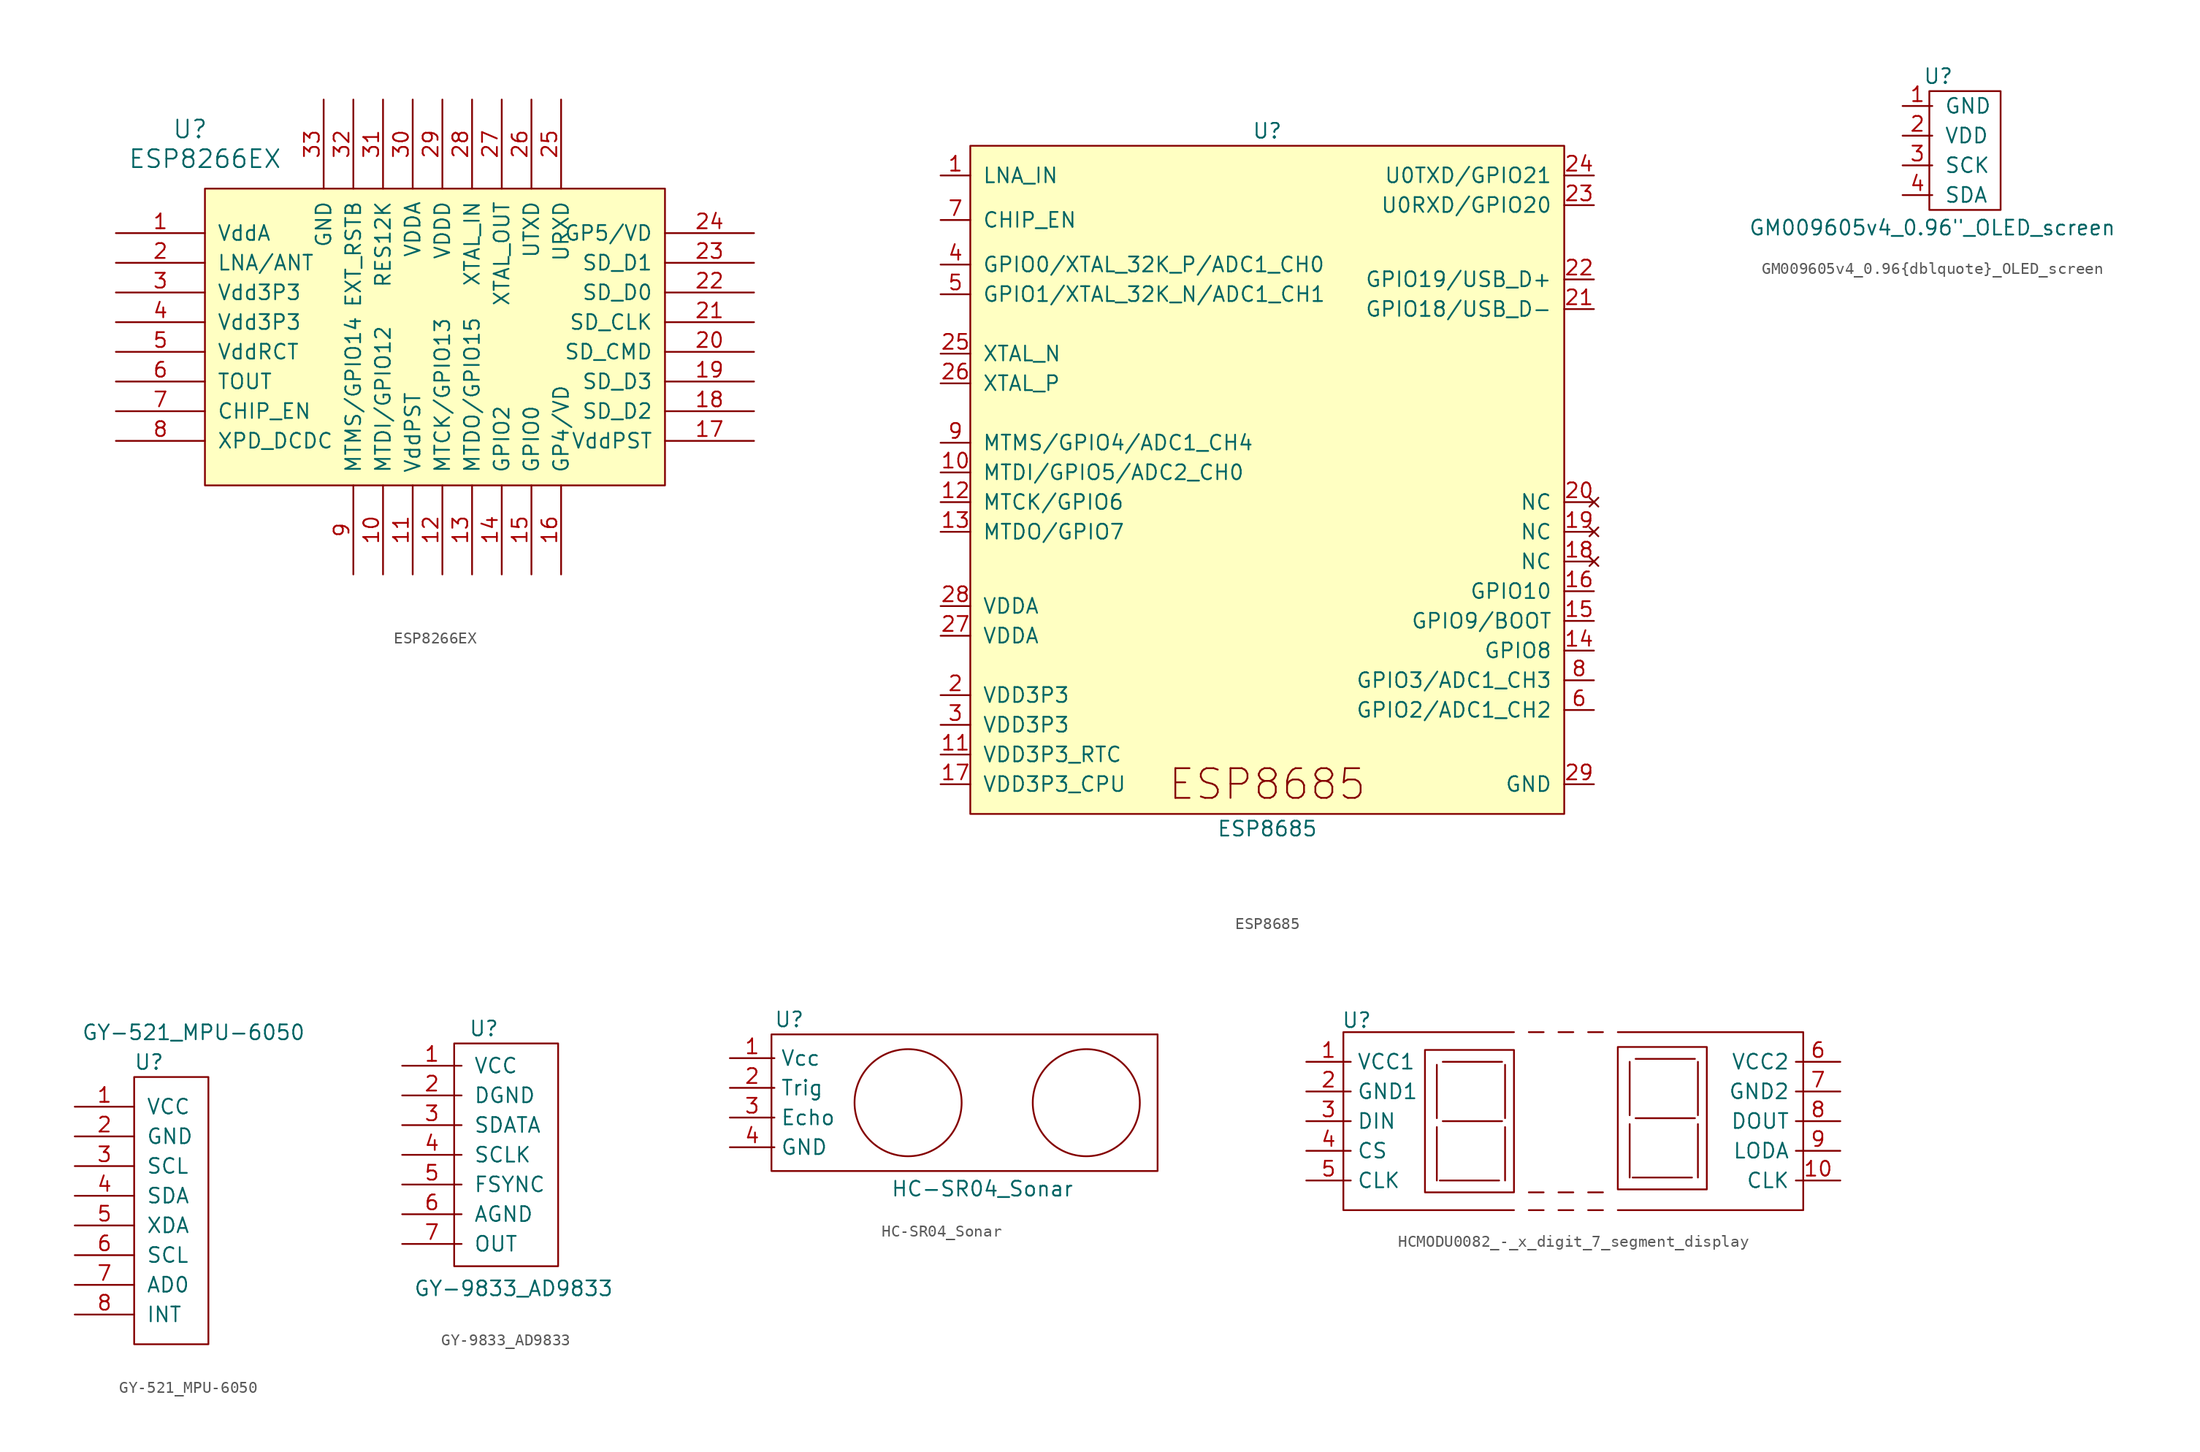
<source format=kicad_sym>
(kicad_symbol_lib
  (version 20231120)
  (generator "kicad_symbol_editor")
  (generator_version "8.0")
  (symbol "ESP8266EX"
    (pin_names
      (offset 1.016))
    (property "Reference" "U"
      (at -22.86 17.78 0)
      (effects (font (size 1.524 1.524))))
    (property "Value" "ESP8266EX"
      (at -21.59 15.24 0)
      (effects (font (size 1.524 1.524))))
    (property "Footprint" ""
      (at -22.86 17.78 0)
      (effects (font (size 1.524 1.524))))
    (property "Datasheet" ""
      (at -22.86 17.78 0)
      (effects (font (size 1.524 1.524))))
    (symbol "ESP8266EX_0_1"
      (rectangle (start -21.59 12.7) (end 17.78 -12.7) (stroke (width 0) (type default)) (fill (type background))))
    (symbol "ESP8266EX_1_1"
      (pin input line (at -29.21 8.89 0) (length 7.62) (name "VddA" (effects (font (size 1.27 1.27)))) (number "1" (effects (font (size 1.27 1.27)))))
      (pin input line (at -6.35 -20.32 90) (length 7.62) (name "MTDI/GPIO12" (effects (font (size 1.27 1.27)))) (number "10" (effects (font (size 1.27 1.27)))))
      (pin input line (at -3.81 -20.32 90) (length 7.62) (name "VddPST" (effects (font (size 1.27 1.27)))) (number "11" (effects (font (size 1.27 1.27)))))
      (pin input line (at -1.27 -20.32 90) (length 7.62) (name "MTCK/GPIO13" (effects (font (size 1.27 1.27)))) (number "12" (effects (font (size 1.27 1.27)))))
      (pin input line (at 1.27 -20.32 90) (length 7.62) (name "MTDO/GPIO15" (effects (font (size 1.27 1.27)))) (number "13" (effects (font (size 1.27 1.27)))))
      (pin input line (at 3.81 -20.32 90) (length 7.62) (name "GPIO2" (effects (font (size 1.27 1.27)))) (number "14" (effects (font (size 1.27 1.27)))))
      (pin input line (at 6.35 -20.32 90) (length 7.62) (name "GPIO0" (effects (font (size 1.27 1.27)))) (number "15" (effects (font (size 1.27 1.27)))))
      (pin input line (at 8.89 -20.32 90) (length 7.62) (name "GP4/VD" (effects (font (size 1.27 1.27)))) (number "16" (effects (font (size 1.27 1.27)))))
      (pin input line (at 25.4 -8.89 180) (length 7.62) (name "VddPST" (effects (font (size 1.27 1.27)))) (number "17" (effects (font (size 1.27 1.27)))))
      (pin input line (at 25.4 -6.35 180) (length 7.62) (name "SD_D2" (effects (font (size 1.27 1.27)))) (number "18" (effects (font (size 1.27 1.27)))))
      (pin input line (at 25.4 -3.81 180) (length 7.62) (name "SD_D3" (effects (font (size 1.27 1.27)))) (number "19" (effects (font (size 1.27 1.27)))))
      (pin input line (at -29.21 6.35 0) (length 7.62) (name "LNA/ANT" (effects (font (size 1.27 1.27)))) (number "2" (effects (font (size 1.27 1.27)))))
      (pin input line (at 25.4 -1.27 180) (length 7.62) (name "SD_CMD" (effects (font (size 1.27 1.27)))) (number "20" (effects (font (size 1.27 1.27)))))
      (pin input line (at 25.4 1.27 180) (length 7.62) (name "SD_CLK" (effects (font (size 1.27 1.27)))) (number "21" (effects (font (size 1.27 1.27)))))
      (pin input line (at 25.4 3.81 180) (length 7.62) (name "SD_D0" (effects (font (size 1.27 1.27)))) (number "22" (effects (font (size 1.27 1.27)))))
      (pin input line (at 25.4 6.35 180) (length 7.62) (name "SD_D1" (effects (font (size 1.27 1.27)))) (number "23" (effects (font (size 1.27 1.27)))))
      (pin input line (at 25.4 8.89 180) (length 7.62) (name "GP5/VD" (effects (font (size 1.27 1.27)))) (number "24" (effects (font (size 1.27 1.27)))))
      (pin input line (at 8.89 20.32 270) (length 7.62) (name "URXD" (effects (font (size 1.27 1.27)))) (number "25" (effects (font (size 1.27 1.27)))))
      (pin input line (at 6.35 20.32 270) (length 7.62) (name "UTXD" (effects (font (size 1.27 1.27)))) (number "26" (effects (font (size 1.27 1.27)))))
      (pin input line (at 3.81 20.32 270) (length 7.62) (name "XTAL_OUT" (effects (font (size 1.27 1.27)))) (number "27" (effects (font (size 1.27 1.27)))))
      (pin input line (at 1.27 20.32 270) (length 7.62) (name "XTAL_IN" (effects (font (size 1.27 1.27)))) (number "28" (effects (font (size 1.27 1.27)))))
      (pin input line (at -1.27 20.32 270) (length 7.62) (name "VDDD" (effects (font (size 1.27 1.27)))) (number "29" (effects (font (size 1.27 1.27)))))
      (pin input line (at -29.21 3.81 0) (length 7.62) (name "Vdd3P3" (effects (font (size 1.27 1.27)))) (number "3" (effects (font (size 1.27 1.27)))))
      (pin input line (at -3.81 20.32 270) (length 7.62) (name "VDDA" (effects (font (size 1.27 1.27)))) (number "30" (effects (font (size 1.27 1.27)))))
      (pin input line (at -6.35 20.32 270) (length 7.62) (name "RES12K" (effects (font (size 1.27 1.27)))) (number "31" (effects (font (size 1.27 1.27)))))
      (pin input line (at -8.89 20.32 270) (length 7.62) (name "EXT_RSTB" (effects (font (size 1.27 1.27)))) (number "32" (effects (font (size 1.27 1.27)))))
      (pin input line (at -11.43 20.32 270) (length 7.62) (name "GND" (effects (font (size 1.27 1.27)))) (number "33" (effects (font (size 1.27 1.27)))))
      (pin input line (at -29.21 1.27 0) (length 7.62) (name "Vdd3P3" (effects (font (size 1.27 1.27)))) (number "4" (effects (font (size 1.27 1.27)))))
      (pin input line (at -29.21 -1.27 0) (length 7.62) (name "VddRCT" (effects (font (size 1.27 1.27)))) (number "5" (effects (font (size 1.27 1.27)))))
      (pin input line (at -29.21 -3.81 0) (length 7.62) (name "TOUT" (effects (font (size 1.27 1.27)))) (number "6" (effects (font (size 1.27 1.27)))))
      (pin input line (at -29.21 -6.35 0) (length 7.62) (name "CHIP_EN" (effects (font (size 1.27 1.27)))) (number "7" (effects (font (size 1.27 1.27)))))
      (pin input line (at -29.21 -8.89 0) (length 7.62) (name "XPD_DCDC" (effects (font (size 1.27 1.27)))) (number "8" (effects (font (size 1.27 1.27)))))
      (pin input line (at -8.89 -20.32 90) (length 7.62) (name "MTMS/GPIO14" (effects (font (size 1.27 1.27)))) (number "9" (effects (font (size 1.27 1.27)))))))
  (symbol "ESP8685"
    (pin_names
      (offset 1.016))
    (property "Reference" "U"
      (at 0 31.75 0)
      (effects (font (size 1.27 1.27))))
    (property "Value" "ESP8685"
      (at 0 -27.94 0)
      (effects (font (size 1.27 1.27))))
    (symbol "ESP8685_0_0"
      (text "ESP8685" (at 0 -24.13 0) (effects (font (size 2.54 2.54))))
      (pin bidirectional line (at -27.94 27.94 0) (length 2.54) (name "LNA_IN" (effects (font (size 1.27 1.27)))) (number "1" (effects (font (size 1.27 1.27)))))
      (pin bidirectional line (at -27.94 2.54 0) (length 2.54) (name "MTDI/GPIO5/ADC2_CH0" (effects (font (size 1.27 1.27)))) (number "10" (effects (font (size 1.27 1.27)))))
      (pin power_in line (at -27.94 -21.59 0) (length 2.54) (name "VDD3P3_RTC" (effects (font (size 1.27 1.27)))) (number "11" (effects (font (size 1.27 1.27)))))
      (pin bidirectional line (at -27.94 0 0) (length 2.54) (name "MTCK/GPIO6" (effects (font (size 1.27 1.27)))) (number "12" (effects (font (size 1.27 1.27)))))
      (pin bidirectional line (at -27.94 -2.54 0) (length 2.54) (name "MTDO/GPIO7" (effects (font (size 1.27 1.27)))) (number "13" (effects (font (size 1.27 1.27)))))
      (pin bidirectional line (at 27.94 -12.7 180) (length 2.54) (name "GPIO8" (effects (font (size 1.27 1.27)))) (number "14" (effects (font (size 1.27 1.27)))))
      (pin bidirectional line (at 27.94 -10.16 180) (length 2.54) (name "GPIO9/BOOT" (effects (font (size 1.27 1.27)))) (number "15" (effects (font (size 1.27 1.27)))))
      (pin bidirectional line (at 27.94 -7.62 180) (length 2.54) (name "GPIO10" (effects (font (size 1.27 1.27)))) (number "16" (effects (font (size 1.27 1.27)))))
      (pin power_in line (at -27.94 -24.13 0) (length 2.54) (name "VDD3P3_CPU" (effects (font (size 1.27 1.27)))) (number "17" (effects (font (size 1.27 1.27)))))
      (pin no_connect line (at 27.94 -5.08 180) (length 2.54) (name "NC" (effects (font (size 1.27 1.27)))) (number "18" (effects (font (size 1.27 1.27)))))
      (pin no_connect line (at 27.94 -2.54 180) (length 2.54) (name "NC" (effects (font (size 1.27 1.27)))) (number "19" (effects (font (size 1.27 1.27)))))
      (pin power_in line (at -27.94 -16.51 0) (length 2.54) (name "VDD3P3" (effects (font (size 1.27 1.27)))) (number "2" (effects (font (size 1.27 1.27)))))
      (pin no_connect line (at 27.94 0 180) (length 2.54) (name "NC" (effects (font (size 1.27 1.27)))) (number "20" (effects (font (size 1.27 1.27)))))
      (pin bidirectional line (at 27.94 16.51 180) (length 2.54) (name "GPIO18/USB_D-" (effects (font (size 1.27 1.27)))) (number "21" (effects (font (size 1.27 1.27)))))
      (pin bidirectional line (at 27.94 19.05 180) (length 2.54) (name "GPIO19/USB_D+" (effects (font (size 1.27 1.27)))) (number "22" (effects (font (size 1.27 1.27)))))
      (pin bidirectional line (at 27.94 25.4 180) (length 2.54) (name "U0RXD/GPIO20" (effects (font (size 1.27 1.27)))) (number "23" (effects (font (size 1.27 1.27)))))
      (pin bidirectional line (at 27.94 27.94 180) (length 2.54) (name "U0TXD/GPIO21" (effects (font (size 1.27 1.27)))) (number "24" (effects (font (size 1.27 1.27)))))
      (pin output line (at -27.94 12.7 0) (length 2.54) (name "XTAL_N" (effects (font (size 1.27 1.27)))) (number "25" (effects (font (size 1.27 1.27)))))
      (pin input line (at -27.94 10.16 0) (length 2.54) (name "XTAL_P" (effects (font (size 1.27 1.27)))) (number "26" (effects (font (size 1.27 1.27)))))
      (pin power_in line (at -27.94 -11.43 0) (length 2.54) (name "VDDA" (effects (font (size 1.27 1.27)))) (number "27" (effects (font (size 1.27 1.27)))))
      (pin power_in line (at -27.94 -8.89 0) (length 2.54) (name "VDDA" (effects (font (size 1.27 1.27)))) (number "28" (effects (font (size 1.27 1.27)))))
      (pin power_in line (at 27.94 -24.13 180) (length 2.54) (name "GND" (effects (font (size 1.27 1.27)))) (number "29" (effects (font (size 1.27 1.27)))))
      (pin power_in line (at -27.94 -19.05 0) (length 2.54) (name "VDD3P3" (effects (font (size 1.27 1.27)))) (number "3" (effects (font (size 1.27 1.27)))))
      (pin output line (at -27.94 20.32 0) (length 2.54) (name "GPIO0/XTAL_32K_P/ADC1_CH0" (effects (font (size 1.27 1.27)))) (number "4" (effects (font (size 1.27 1.27)))))
      (pin input line (at -27.94 17.78 0) (length 2.54) (name "GPIO1/XTAL_32K_N/ADC1_CH1" (effects (font (size 1.27 1.27)))) (number "5" (effects (font (size 1.27 1.27)))))
      (pin bidirectional line (at 27.94 -17.78 180) (length 2.54) (name "GPIO2/ADC1_CH2" (effects (font (size 1.27 1.27)))) (number "6" (effects (font (size 1.27 1.27)))))
      (pin input line (at -27.94 24.13 0) (length 2.54) (name "CHIP_EN" (effects (font (size 1.27 1.27)))) (number "7" (effects (font (size 1.27 1.27)))))
      (pin bidirectional line (at 27.94 -15.24 180) (length 2.54) (name "GPIO3/ADC1_CH3" (effects (font (size 1.27 1.27)))) (number "8" (effects (font (size 1.27 1.27)))))
      (pin bidirectional line (at -27.94 5.08 0) (length 2.54) (name "MTMS/GPIO4/ADC1_CH4" (effects (font (size 1.27 1.27)))) (number "9" (effects (font (size 1.27 1.27))))))
    (symbol "ESP8685_0_1"
      (rectangle (start -25.4 30.48) (end 25.4 -26.67) (stroke (width 0) (type default)) (fill (type background)))))
  (symbol "GM009605v4_0.96{dblquote}_OLED_screen"
    (pin_names
      (offset 1.016))
    (property "Reference" "U"
      (at 3.048 2.54 0)
      (effects (font (size 1.27 1.27))))
    (property "Value" "GM009605v4_0.96{dblquote}_OLED_screen"
      (at 2.54 -10.414 0)
      (effects (font (size 1.27 1.27))))
    (symbol "GM009605v4_0.96{dblquote}_OLED_screen_0_1"
      (polyline (pts (xy 2.286 1.27) (xy 2.286 -8.89) (xy 8.382 -8.89) (xy 8.382 1.27) (xy 2.286 1.27)) (stroke (width 0) (type default)) (fill (type none))))
    (symbol "GM009605v4_0.96{dblquote}_OLED_screen_1_1"
      (pin power_in line (at 0 0 0) (length 2.54) (name "GND" (effects (font (size 1.27 1.27)))) (number "1" (effects (font (size 1.27 1.27)))))
      (pin power_in line (at 0 -2.54 0) (length 2.54) (name "VDD" (effects (font (size 1.27 1.27)))) (number "2" (effects (font (size 1.27 1.27)))))
      (pin input line (at 0 -5.08 0) (length 2.54) (name "SCK" (effects (font (size 1.27 1.27)))) (number "3" (effects (font (size 1.27 1.27)))))
      (pin input line (at 0 -7.62 0) (length 2.54) (name "SDA" (effects (font (size 1.27 1.27)))) (number "4" (effects (font (size 1.27 1.27)))))))
  (symbol "GY-521_MPU-6050"
    (pin_names
      (offset 1.016))
    (property "Reference" "U"
      (at 6.35 3.81 0)
      (effects (font (size 1.27 1.27))))
    (property "Value" "GY-521_MPU-6050"
      (at 10.16 6.35 0)
      (effects (font (size 1.27 1.27))))
    (symbol "GY-521_MPU-6050_0_1"
      (rectangle (start 5.08 2.54) (end 11.43 -20.32) (stroke (width 0) (type default)) (fill (type none))))
    (symbol "GY-521_MPU-6050_1_1"
      (pin power_in line (at 0 0 0) (length 5.08) (name "VCC" (effects (font (size 1.27 1.27)))) (number "1" (effects (font (size 1.27 1.27)))))
      (pin power_in line (at 0 -2.54 0) (length 5.08) (name "GND" (effects (font (size 1.27 1.27)))) (number "2" (effects (font (size 1.27 1.27)))))
      (pin bidirectional line (at 0 -5.08 0) (length 5.08) (name "SCL" (effects (font (size 1.27 1.27)))) (number "3" (effects (font (size 1.27 1.27)))))
      (pin bidirectional line (at 0 -7.62 0) (length 5.08) (name "SDA" (effects (font (size 1.27 1.27)))) (number "4" (effects (font (size 1.27 1.27)))))
      (pin bidirectional line (at 0 -10.16 0) (length 5.08) (name "XDA" (effects (font (size 1.27 1.27)))) (number "5" (effects (font (size 1.27 1.27)))))
      (pin bidirectional line (at 0 -12.7 0) (length 5.08) (name "SCL" (effects (font (size 1.27 1.27)))) (number "6" (effects (font (size 1.27 1.27)))))
      (pin bidirectional line (at 0 -15.24 0) (length 5.08) (name "AD0" (effects (font (size 1.27 1.27)))) (number "7" (effects (font (size 1.27 1.27)))))
      (pin bidirectional line (at 0 -17.78 0) (length 5.08) (name "INT" (effects (font (size 1.27 1.27)))) (number "8" (effects (font (size 1.27 1.27)))))))
  (symbol "GY-9833_AD9833"
    (pin_names
      (offset 1.016))
    (property "Reference" "U"
      (at 6.985 3.175 0)
      (effects (font (size 1.27 1.27))))
    (property "Value" "GY-9833_AD9833"
      (at 9.525 -19.05 0)
      (effects (font (size 1.27 1.27))))
    (symbol "GY-9833_AD9833_0_1"
      (rectangle (start 4.445 1.905) (end 13.335 -17.145) (stroke (width 0) (type default)) (fill (type none))))
    (symbol "GY-9833_AD9833_1_1"
      (pin power_in line (at 0 0 0) (length 5.08) (name "VCC" (effects (font (size 1.27 1.27)))) (number "1" (effects (font (size 1.27 1.27)))))
      (pin power_in line (at 0 -2.54 0) (length 5.08) (name "DGND" (effects (font (size 1.27 1.27)))) (number "2" (effects (font (size 1.27 1.27)))))
      (pin output line (at 0 -5.08 0) (length 5.08) (name "SDATA" (effects (font (size 1.27 1.27)))) (number "3" (effects (font (size 1.27 1.27)))))
      (pin output line (at 0 -7.62 0) (length 5.08) (name "SCLK" (effects (font (size 1.27 1.27)))) (number "4" (effects (font (size 1.27 1.27)))))
      (pin output line (at 0 -10.16 0) (length 5.08) (name "FSYNC" (effects (font (size 1.27 1.27)))) (number "5" (effects (font (size 1.27 1.27)))))
      (pin output line (at 0 -12.7 0) (length 5.08) (name "AGND" (effects (font (size 1.27 1.27)))) (number "6" (effects (font (size 1.27 1.27)))))
      (pin output line (at 0 -15.24 0) (length 5.08) (name "OUT" (effects (font (size 1.27 1.27)))) (number "7" (effects (font (size 1.27 1.27)))))))
  (symbol "HC-SR04_Sonar"
    (property "Reference" "U"
      (at 5.08 3.302 0)
      (effects (font (size 1.27 1.27))))
    (property "Value" "HC-SR04_Sonar"
      (at 21.59 -11.176 0)
      (effects (font (size 1.27 1.27))))
    (symbol "HC-SR04_Sonar_0_1"
      (polyline (pts (xy 3.556 2.032) (xy 3.556 -9.652) (xy 36.576 -9.652) (xy 36.576 2.032) (xy 3.556 2.032)) (stroke (width 0) (type default)) (fill (type none)))
      (circle (center 15.24 -3.81) (radius 4.579) (stroke (width 0) (type default)) (fill (type none)))
      (circle (center 30.48 -3.81) (radius 4.579) (stroke (width 0) (type default)) (fill (type none))))
    (symbol "HC-SR04_Sonar_1_1"
      (pin power_in line (at 0 0 0) (length 3.81) (name "Vcc" (effects (font (size 1.27 1.27)))) (number "1" (effects (font (size 1.27 1.27)))))
      (pin input line (at 0 -2.54 0) (length 3.81) (name "Trig" (effects (font (size 1.27 1.27)))) (number "2" (effects (font (size 1.27 1.27)))))
      (pin output line (at 0 -5.08 0) (length 3.81) (name "Echo" (effects (font (size 1.27 1.27)))) (number "3" (effects (font (size 1.27 1.27)))))
      (pin power_in line (at 0 -7.62 0) (length 3.81) (name "GND" (effects (font (size 1.27 1.27)))) (number "4" (effects (font (size 1.27 1.27)))))))
  (symbol "HCMODU0082_-_x_digit_7_segment_display"
    (property "Reference" "U"
      (at 4.318 3.556 0)
      (effects (font (size 1.27 1.27))))
    (property "Value" ""
      (at 0 0 0)
      (effects (font (size 1.27 1.27))))
    (symbol "HCMODU0082_-_x_digit_7_segment_display_0_1"
      (polyline (pts (xy 11.176 -5.588) (xy 11.176 -10.16)) (stroke (width 0) (type default)) (fill (type none)))
      (polyline (pts (xy 11.176 -0.254) (xy 11.176 -4.826)) (stroke (width 0) (type default)) (fill (type none)))
      (polyline (pts (xy 11.43 -10.16) (xy 16.51 -10.16)) (stroke (width 0) (type default)) (fill (type none)))
      (polyline (pts (xy 11.684 -5.08) (xy 16.764 -5.08)) (stroke (width 0) (type default)) (fill (type none)))
      (polyline (pts (xy 11.684 0) (xy 16.764 0)) (stroke (width 0) (type default)) (fill (type none)))
      (polyline (pts (xy 17.018 -5.588) (xy 17.018 -10.16)) (stroke (width 0) (type default)) (fill (type none)))
      (polyline (pts (xy 17.018 -0.254) (xy 17.018 -4.826)) (stroke (width 0) (type default)) (fill (type none)))
      (polyline (pts (xy 19.05 -12.7) (xy 20.32 -12.7)) (stroke (width 0) (type default)) (fill (type none)))
      (polyline (pts (xy 19.05 -11.176) (xy 20.32 -11.176)) (stroke (width 0) (type default)) (fill (type none)))
      (polyline (pts (xy 20.32 2.54) (xy 19.05 2.54)) (stroke (width 0) (type default)) (fill (type none)))
      (polyline (pts (xy 21.59 -12.7) (xy 22.86 -12.7)) (stroke (width 0) (type default)) (fill (type none)))
      (polyline (pts (xy 21.59 -11.176) (xy 22.86 -11.176)) (stroke (width 0) (type default)) (fill (type none)))
      (polyline (pts (xy 22.86 2.54) (xy 21.59 2.54)) (stroke (width 0) (type default)) (fill (type none)))
      (polyline (pts (xy 24.13 -12.7) (xy 25.4 -12.7)) (stroke (width 0) (type default)) (fill (type none)))
      (polyline (pts (xy 24.13 -11.176) (xy 25.4 -11.176)) (stroke (width 0) (type default)) (fill (type none)))
      (polyline (pts (xy 25.4 2.54) (xy 24.13 2.54)) (stroke (width 0) (type default)) (fill (type none)))
      (polyline (pts (xy 27.686 -5.334) (xy 27.686 -9.906)) (stroke (width 0) (type default)) (fill (type none)))
      (polyline (pts (xy 27.686 0) (xy 27.686 -4.572)) (stroke (width 0) (type default)) (fill (type none)))
      (polyline (pts (xy 27.94 -9.906) (xy 33.02 -9.906)) (stroke (width 0) (type default)) (fill (type none)))
      (polyline (pts (xy 28.194 -4.826) (xy 33.274 -4.826)) (stroke (width 0) (type default)) (fill (type none)))
      (polyline (pts (xy 28.194 0.254) (xy 33.274 0.254)) (stroke (width 0) (type default)) (fill (type none)))
      (polyline (pts (xy 33.528 -5.334) (xy 33.528 -9.906)) (stroke (width 0) (type default)) (fill (type none)))
      (polyline (pts (xy 33.528 0) (xy 33.528 -4.572)) (stroke (width 0) (type default)) (fill (type none)))
      (polyline (pts (xy 17.78 2.54) (xy 3.175 2.54) (xy 3.175 -12.7) (xy 17.78 -12.7)) (stroke (width 0) (type default)) (fill (type none)))
      (polyline (pts (xy 26.67 -12.7) (xy 42.545 -12.7) (xy 42.545 2.54) (xy 26.67 2.54)) (stroke (width 0) (type default)) (fill (type none)))
      (rectangle (start 10.16 1.016) (end 17.78 -11.176) (stroke (width 0) (type default)) (fill (type none)))
      (rectangle (start 26.67 1.27) (end 34.29 -10.922) (stroke (width 0) (type default)) (fill (type none))))
    (symbol "HCMODU0082_-_x_digit_7_segment_display_1_1"
      (pin input line (at 0 0 0) (length 3.81) (name "VCC1" (effects (font (size 1.27 1.27)))) (number "1" (effects (font (size 1.27 1.27)))))
      (pin input line (at 45.72 -10.16 180) (length 3.81) (name "CLK" (effects (font (size 1.27 1.27)))) (number "10" (effects (font (size 1.27 1.27)))))
      (pin input line (at 0 -2.54 0) (length 3.81) (name "GND1" (effects (font (size 1.27 1.27)))) (number "2" (effects (font (size 1.27 1.27)))))
      (pin input line (at 0 -5.08 0) (length 3.81) (name "DIN" (effects (font (size 1.27 1.27)))) (number "3" (effects (font (size 1.27 1.27)))))
      (pin input line (at 0 -7.62 0) (length 3.81) (name "CS" (effects (font (size 1.27 1.27)))) (number "4" (effects (font (size 1.27 1.27)))))
      (pin input line (at 0 -10.16 0) (length 3.81) (name "CLK" (effects (font (size 1.27 1.27)))) (number "5" (effects (font (size 1.27 1.27)))))
      (pin input line (at 45.72 0 180) (length 3.81) (name "VCC2" (effects (font (size 1.27 1.27)))) (number "6" (effects (font (size 1.27 1.27)))))
      (pin input line (at 45.72 -2.54 180) (length 3.81) (name "GND2" (effects (font (size 1.27 1.27)))) (number "7" (effects (font (size 1.27 1.27)))))
      (pin input line (at 45.72 -5.08 180) (length 3.81) (name "DOUT" (effects (font (size 1.27 1.27)))) (number "8" (effects (font (size 1.27 1.27)))))
      (pin input line (at 45.72 -7.62 180) (length 3.81) (name "LODA" (effects (font (size 1.27 1.27)))) (number "9" (effects (font (size 1.27 1.27))))))))
</source>
